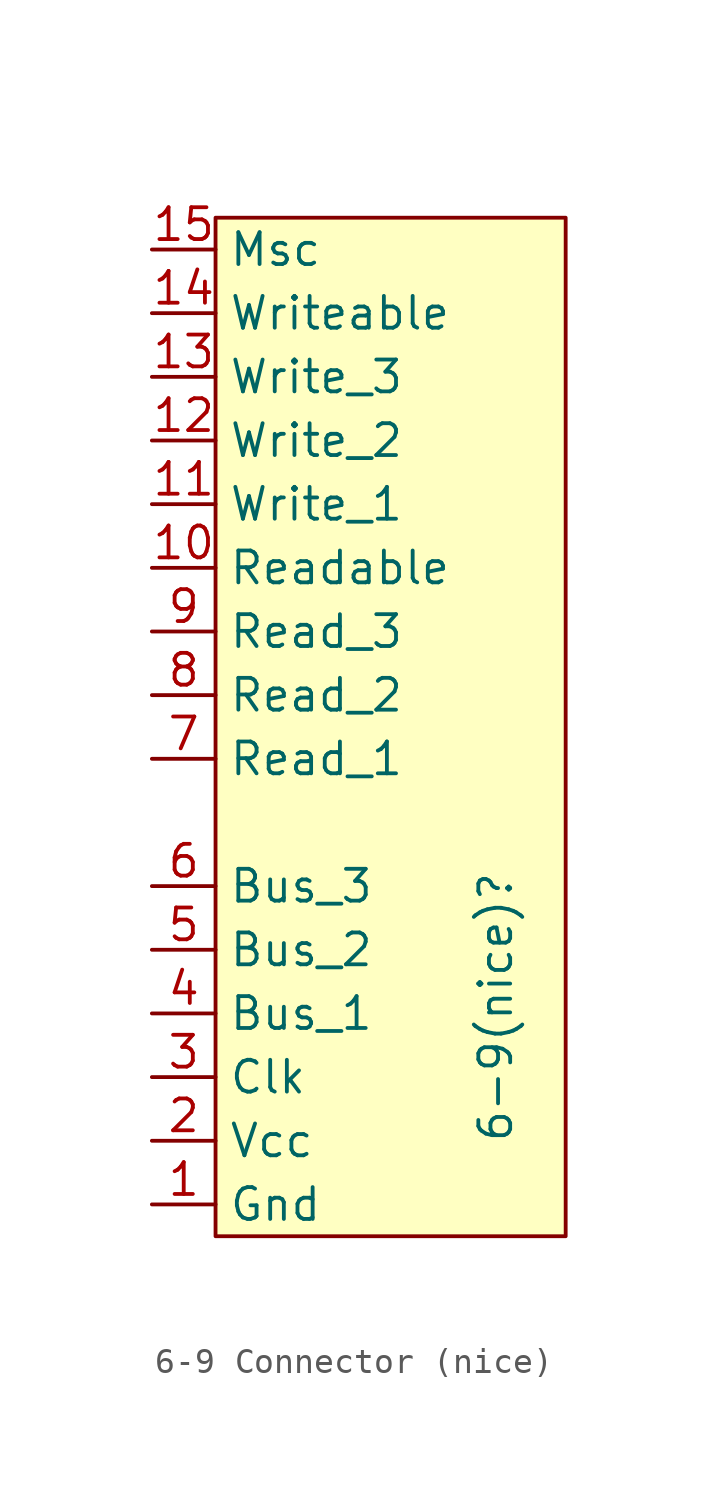
<source format=kicad_sym>
(kicad_symbol_lib
  (version 20241209)
  (generator "kicad_symbol_editor")
  (generator_version "9.0")
  (symbol "6-9 Connector (nice)"
    (property "Reference" "6-9(nice)"
      (at 13.716 7.874 90)
      (effects (font (size 1.27 1.27))))
    (property "Value" ""
      (at 0 0 0)
      (effects (font (size 1.27 1.27))))
    (symbol "6-9 Connector (nice)_1_0"
      (pin unspecified line (at 0 33.02 0) (length 2.54) (name "Write_3" (effects (font (size 1.27 1.27)))) (number "13" (effects (font (size 1.27 1.27)))))
      (pin unspecified line (at 0 30.48 0) (length 2.54) (name "Write_2" (effects (font (size 1.27 1.27)))) (number "12" (effects (font (size 1.27 1.27)))))
      (pin unspecified line (at 0 27.94 0) (length 2.54) (name "Write_1" (effects (font (size 1.27 1.27)))) (number "11" (effects (font (size 1.27 1.27)))))
      (pin unspecified line (at 0 25.4 0) (length 2.54) (name "Readable" (effects (font (size 1.27 1.27)))) (number "10" (effects (font (size 1.27 1.27)))))
      (pin unspecified line (at 0 22.86 0) (length 2.54) (name "Read_3" (effects (font (size 1.27 1.27)))) (number "9" (effects (font (size 1.27 1.27)))))
      (pin unspecified line (at 0 20.32 0) (length 2.54) (name "Read_2" (effects (font (size 1.27 1.27)))) (number "8" (effects (font (size 1.27 1.27)))))
      (pin unspecified line (at 0 17.78 0) (length 2.54) (name "Read_1" (effects (font (size 1.27 1.27)))) (number "7" (effects (font (size 1.27 1.27)))))
      (pin unspecified line (at 0 12.7 0) (length 2.54) (name "Bus_3" (effects (font (size 1.27 1.27)))) (number "6" (effects (font (size 1.27 1.27)))))
      (pin unspecified line (at 0 10.16 0) (length 2.54) (name "Bus_2" (effects (font (size 1.27 1.27)))) (number "5" (effects (font (size 1.27 1.27)))))
      (pin unspecified line (at 0 7.62 0) (length 2.54) (name "Bus_1" (effects (font (size 1.27 1.27)))) (number "4" (effects (font (size 1.27 1.27)))))
      (pin unspecified line (at 0 5.08 0) (length 2.54) (name "Clk" (effects (font (size 1.27 1.27)))) (number "3" (effects (font (size 1.27 1.27)))))
      (pin unspecified line (at 0 2.54 0) (length 2.54) (name "Vcc" (effects (font (size 1.27 1.27)))) (number "2" (effects (font (size 1.27 1.27)))))
      (pin unspecified line (at 0 0 0) (length 2.54) (name "Gnd" (effects (font (size 1.27 1.27)))) (number "1" (effects (font (size 1.27 1.27))))))
    (symbol "6-9 Connector (nice)_1_1"
      (rectangle (start 2.54 39.37) (end 16.51 -1.27) (stroke (width 0) (type solid)) (fill (type background)))
      (pin unspecified line (at 0 38.1 0) (length 2.54) (name "Msc" (effects (font (size 1.27 1.27)))) (number "15" (effects (font (size 1.27 1.27)))))
      (pin unspecified line (at 0 35.56 0) (length 2.54) (name "Writeable" (effects (font (size 1.27 1.27)))) (number "14" (effects (font (size 1.27 1.27))))))))
</source>
